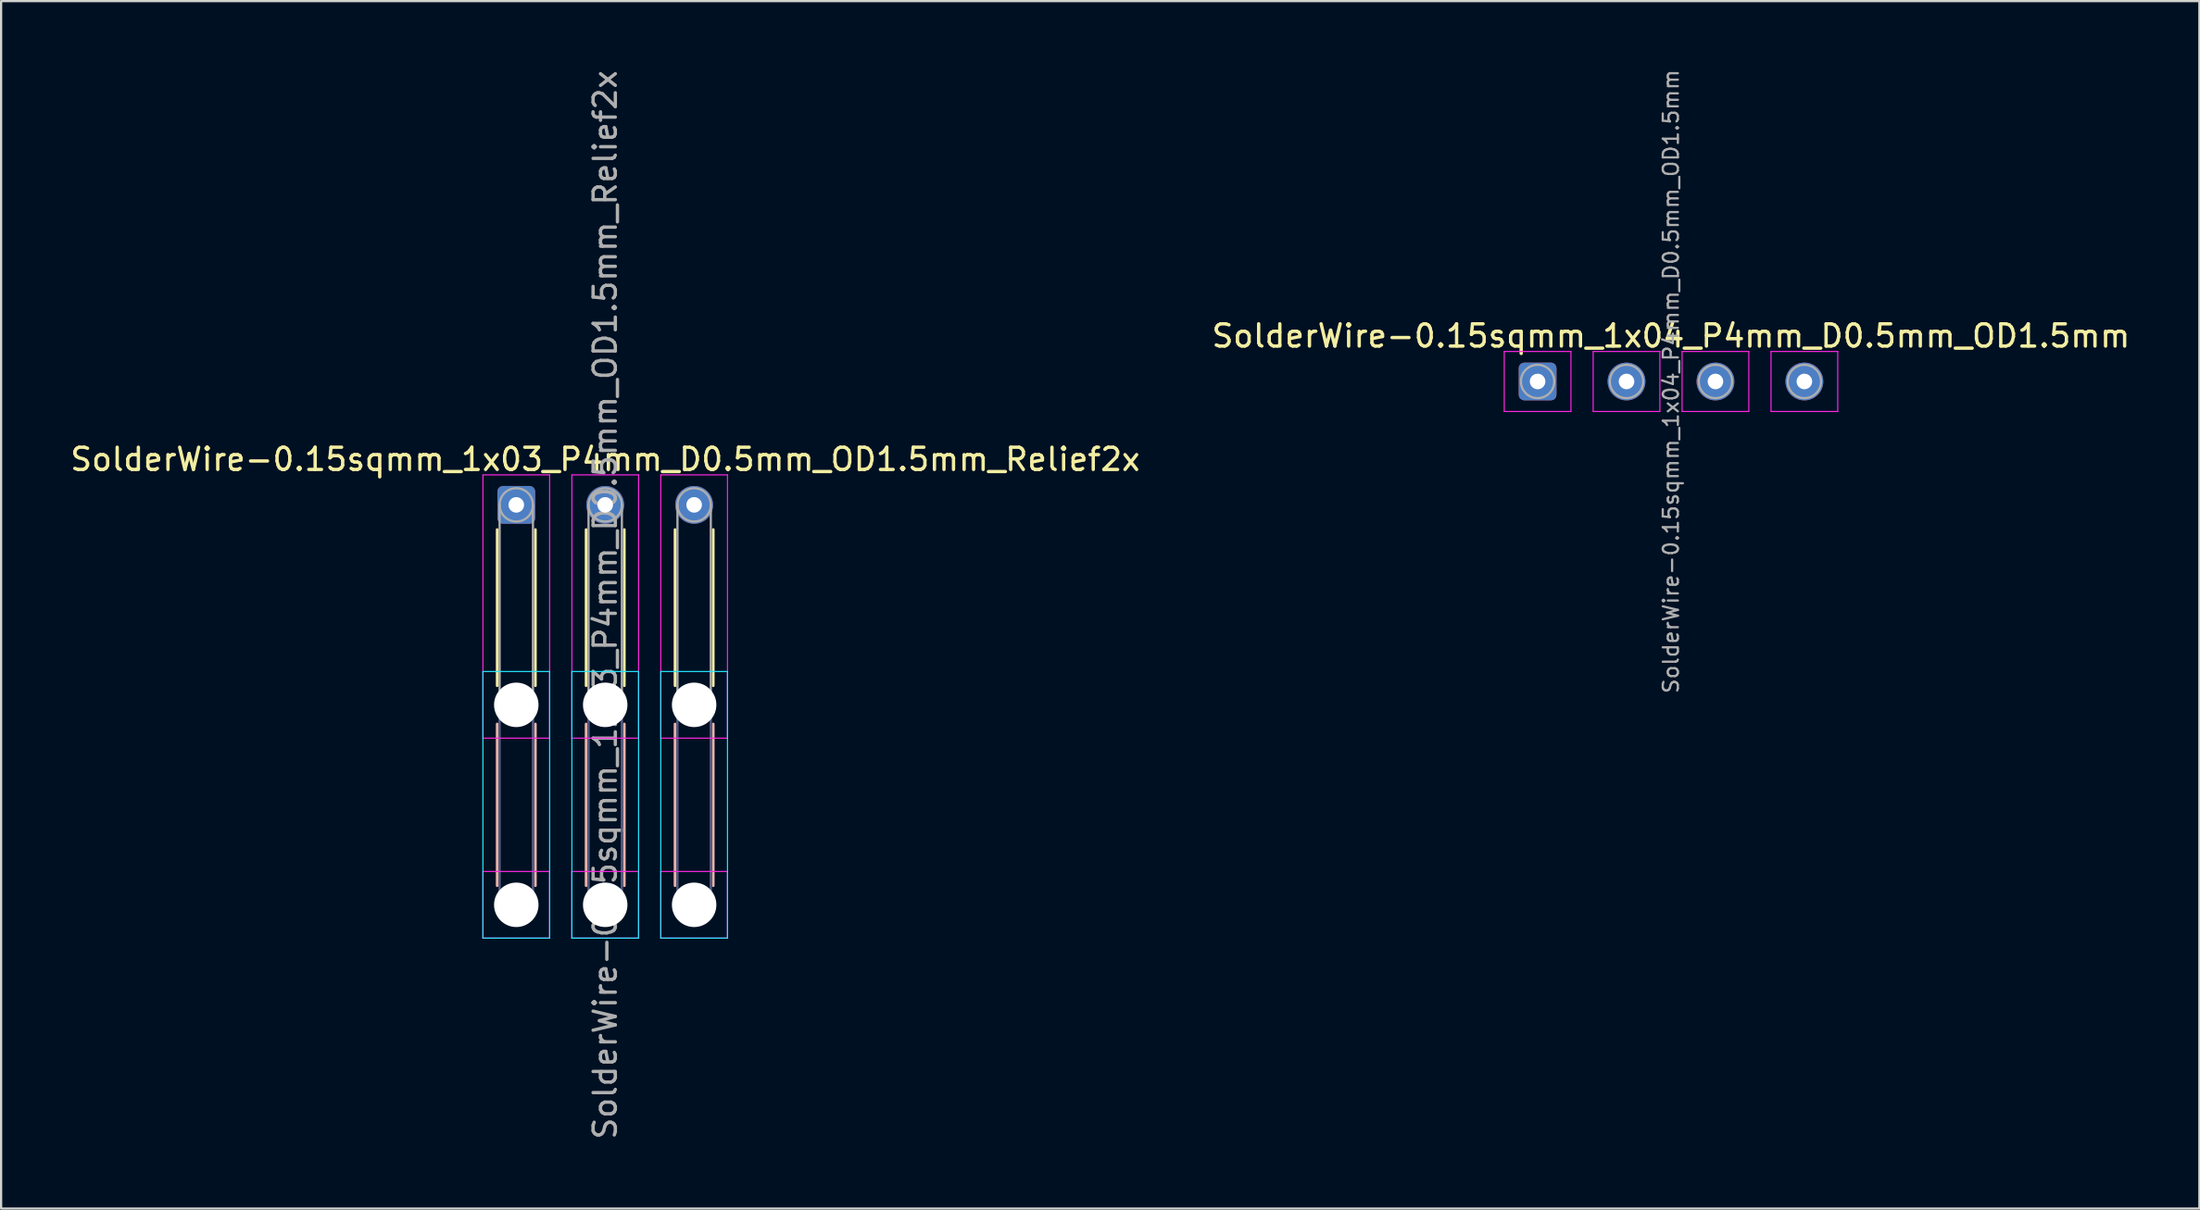
<source format=kicad_pcb>
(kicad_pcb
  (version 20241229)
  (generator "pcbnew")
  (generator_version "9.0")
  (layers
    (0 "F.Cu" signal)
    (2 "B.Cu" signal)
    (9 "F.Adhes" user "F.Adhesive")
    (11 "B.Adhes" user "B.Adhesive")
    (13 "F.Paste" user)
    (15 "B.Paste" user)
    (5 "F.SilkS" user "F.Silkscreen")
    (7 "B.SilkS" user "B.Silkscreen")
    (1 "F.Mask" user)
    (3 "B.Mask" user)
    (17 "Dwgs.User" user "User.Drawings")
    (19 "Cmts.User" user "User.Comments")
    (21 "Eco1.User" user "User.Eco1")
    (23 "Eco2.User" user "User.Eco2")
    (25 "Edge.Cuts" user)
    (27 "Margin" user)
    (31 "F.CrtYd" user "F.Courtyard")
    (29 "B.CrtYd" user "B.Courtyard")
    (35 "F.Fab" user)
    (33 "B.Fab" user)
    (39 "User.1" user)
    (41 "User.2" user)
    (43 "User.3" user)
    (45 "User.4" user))
  (footprint "SolderWire-0.15sqmm_1x03_P4mm_D0.5mm_OD1.5mm_Relief2x"
    (layer "F.Cu")
    (at 20.173 19.673)
    (property "Reference" "SolderWire-0.15sqmm_1x03_P4mm_D0.5mm_OD1.5mm_Relief2x" (at 4 -2.05 0) (layer "F.SilkS") (effects (font (size 1 1) (thickness 0.15))))
    (attr exclude_from_pos_files exclude_from_bom)
    (fp_line (start -0.86 1.11) (end -0.86 8.14) (stroke (width 0.12) (type solid)) (layer "F.SilkS"))
    (fp_line (start 0.86 1.11) (end 0.86 8.14) (stroke (width 0.12) (type solid)) (layer "F.SilkS"))
    (fp_line (start 3.14 1.11) (end 3.14 8.14) (stroke (width 0.12) (type solid)) (layer "F.SilkS"))
    (fp_line (start 4.86 1.11) (end 4.86 8.14) (stroke (width 0.12) (type solid)) (layer "F.SilkS"))
    (fp_line (start 7.14 1.11) (end 7.14 8.14) (stroke (width 0.12) (type solid)) (layer "F.SilkS"))
    (fp_line (start 8.86 1.11) (end 8.86 8.14) (stroke (width 0.12) (type solid)) (layer "F.SilkS"))
    (fp_line (start -0.86 9.86) (end -0.86 17.14) (stroke (width 0.12) (type solid)) (layer "B.SilkS"))
    (fp_line (start 0.86 9.86) (end 0.86 17.14) (stroke (width 0.12) (type solid)) (layer "B.SilkS"))
    (fp_line (start 3.14 9.86) (end 3.14 17.14) (stroke (width 0.12) (type solid)) (layer "B.SilkS"))
    (fp_line (start 4.86 9.86) (end 4.86 17.14) (stroke (width 0.12) (type solid)) (layer "B.SilkS"))
    (fp_line (start 7.14 9.86) (end 7.14 17.14) (stroke (width 0.12) (type solid)) (layer "B.SilkS"))
    (fp_line (start 8.86 9.86) (end 8.86 17.14) (stroke (width 0.12) (type solid)) (layer "B.SilkS"))
    (fp_line (start -1.5 7.5) (end -1.5 19.5) (stroke (width 0.05) (type solid)) (layer "B.CrtYd"))
    (fp_line (start -1.5 19.5) (end 1.5 19.5) (stroke (width 0.05) (type solid)) (layer "B.CrtYd"))
    (fp_line (start 1.5 7.5) (end -1.5 7.5) (stroke (width 0.05) (type solid)) (layer "B.CrtYd"))
    (fp_line (start 1.5 19.5) (end 1.5 7.5) (stroke (width 0.05) (type solid)) (layer "B.CrtYd"))
    (fp_line (start 2.5 7.5) (end 2.5 19.5) (stroke (width 0.05) (type solid)) (layer "B.CrtYd"))
    (fp_line (start 2.5 19.5) (end 5.5 19.5) (stroke (width 0.05) (type solid)) (layer "B.CrtYd"))
    (fp_line (start 5.5 7.5) (end 2.5 7.5) (stroke (width 0.05) (type solid)) (layer "B.CrtYd"))
    (fp_line (start 5.5 19.5) (end 5.5 7.5) (stroke (width 0.05) (type solid)) (layer "B.CrtYd"))
    (fp_line (start 6.5 7.5) (end 6.5 19.5) (stroke (width 0.05) (type solid)) (layer "B.CrtYd"))
    (fp_line (start 6.5 19.5) (end 9.5 19.5) (stroke (width 0.05) (type solid)) (layer "B.CrtYd"))
    (fp_line (start 9.5 7.5) (end 6.5 7.5) (stroke (width 0.05) (type solid)) (layer "B.CrtYd"))
    (fp_line (start 9.5 19.5) (end 9.5 7.5) (stroke (width 0.05) (type solid)) (layer "B.CrtYd"))
    (fp_line (start -1.5 -1.35) (end -1.5 10.5) (stroke (width 0.05) (type solid)) (layer "F.CrtYd"))
    (fp_line (start -1.5 10.5) (end 1.5 10.5) (stroke (width 0.05) (type solid)) (layer "F.CrtYd"))
    (fp_line (start -1.5 16.5) (end -1.5 19.5) (stroke (width 0.05) (type solid)) (layer "F.CrtYd"))
    (fp_line (start -1.5 19.5) (end 1.5 19.5) (stroke (width 0.05) (type solid)) (layer "F.CrtYd"))
    (fp_line (start 1.5 -1.35) (end -1.5 -1.35) (stroke (width 0.05) (type solid)) (layer "F.CrtYd"))
    (fp_line (start 1.5 10.5) (end 1.5 -1.35) (stroke (width 0.05) (type solid)) (layer "F.CrtYd"))
    (fp_line (start 1.5 16.5) (end -1.5 16.5) (stroke (width 0.05) (type solid)) (layer "F.CrtYd"))
    (fp_line (start 1.5 19.5) (end 1.5 16.5) (stroke (width 0.05) (type solid)) (layer "F.CrtYd"))
    (fp_line (start 2.5 -1.35) (end 2.5 10.5) (stroke (width 0.05) (type solid)) (layer "F.CrtYd"))
    (fp_line (start 2.5 10.5) (end 5.5 10.5) (stroke (width 0.05) (type solid)) (layer "F.CrtYd"))
    (fp_line (start 2.5 16.5) (end 2.5 19.5) (stroke (width 0.05) (type solid)) (layer "F.CrtYd"))
    (fp_line (start 2.5 19.5) (end 5.5 19.5) (stroke (width 0.05) (type solid)) (layer "F.CrtYd"))
    (fp_line (start 5.5 -1.35) (end 2.5 -1.35) (stroke (width 0.05) (type solid)) (layer "F.CrtYd"))
    (fp_line (start 5.5 10.5) (end 5.5 -1.35) (stroke (width 0.05) (type solid)) (layer "F.CrtYd"))
    (fp_line (start 5.5 16.5) (end 2.5 16.5) (stroke (width 0.05) (type solid)) (layer "F.CrtYd"))
    (fp_line (start 5.5 19.5) (end 5.5 16.5) (stroke (width 0.05) (type solid)) (layer "F.CrtYd"))
    (fp_line (start 6.5 -1.35) (end 6.5 10.5) (stroke (width 0.05) (type solid)) (layer "F.CrtYd"))
    (fp_line (start 6.5 10.5) (end 9.5 10.5) (stroke (width 0.05) (type solid)) (layer "F.CrtYd"))
    (fp_line (start 6.5 16.5) (end 6.5 19.5) (stroke (width 0.05) (type solid)) (layer "F.CrtYd"))
    (fp_line (start 6.5 19.5) (end 9.5 19.5) (stroke (width 0.05) (type solid)) (layer "F.CrtYd"))
    (fp_line (start 9.5 -1.35) (end 6.5 -1.35) (stroke (width 0.05) (type solid)) (layer "F.CrtYd"))
    (fp_line (start 9.5 10.5) (end 9.5 -1.35) (stroke (width 0.05) (type solid)) (layer "F.CrtYd"))
    (fp_line (start 9.5 16.5) (end 6.5 16.5) (stroke (width 0.05) (type solid)) (layer "F.CrtYd"))
    (fp_line (start 9.5 19.5) (end 9.5 16.5) (stroke (width 0.05) (type solid)) (layer "F.CrtYd"))
    (fp_line (start -0.75 9) (end -0.75 18) (stroke (width 0.1) (type solid)) (layer "B.Fab"))
    (fp_line (start 0.75 9) (end 0.75 18) (stroke (width 0.1) (type solid)) (layer "B.Fab"))
    (fp_line (start 3.25 9) (end 3.25 18) (stroke (width 0.1) (type solid)) (layer "B.Fab"))
    (fp_line (start 4.75 9) (end 4.75 18) (stroke (width 0.1) (type solid)) (layer "B.Fab"))
    (fp_line (start 7.25 9) (end 7.25 18) (stroke (width 0.1) (type solid)) (layer "B.Fab"))
    (fp_line (start 8.75 9) (end 8.75 18) (stroke (width 0.1) (type solid)) (layer "B.Fab"))
    (fp_circle (center 0 9) (end 0.75 9) (stroke (width 0.1) (type solid)) (fill no) (layer "B.Fab"))
    (fp_circle (center 0 18) (end 0.75 18) (stroke (width 0.1) (type solid)) (fill no) (layer "B.Fab"))
    (fp_circle (center 4 9) (end 4.75 9) (stroke (width 0.1) (type solid)) (fill no) (layer "B.Fab"))
    (fp_circle (center 4 18) (end 4.75 18) (stroke (width 0.1) (type solid)) (fill no) (layer "B.Fab"))
    (fp_circle (center 8 9) (end 8.75 9) (stroke (width 0.1) (type solid)) (fill no) (layer "B.Fab"))
    (fp_circle (center 8 18) (end 8.75 18) (stroke (width 0.1) (type solid)) (fill no) (layer "B.Fab"))
    (fp_line (start -0.75 0) (end -0.75 9) (stroke (width 0.1) (type solid)) (layer "F.Fab"))
    (fp_line (start 0.75 0) (end 0.75 9) (stroke (width 0.1) (type solid)) (layer "F.Fab"))
    (fp_line (start 3.25 0) (end 3.25 9) (stroke (width 0.1) (type solid)) (layer "F.Fab"))
    (fp_line (start 4.75 0) (end 4.75 9) (stroke (width 0.1) (type solid)) (layer "F.Fab"))
    (fp_line (start 7.25 0) (end 7.25 9) (stroke (width 0.1) (type solid)) (layer "F.Fab"))
    (fp_line (start 8.75 0) (end 8.75 9) (stroke (width 0.1) (type solid)) (layer "F.Fab"))
    (fp_circle (center 0 0) (end 0.75 0) (stroke (width 0.1) (type solid)) (fill no) (layer "F.Fab"))
    (fp_circle (center 0 9) (end 0.75 9) (stroke (width 0.1) (type solid)) (fill no) (layer "F.Fab"))
    (fp_circle (center 0 18) (end 0.75 18) (stroke (width 0.1) (type solid)) (fill no) (layer "F.Fab"))
    (fp_circle (center 4 0) (end 4.75 0) (stroke (width 0.1) (type solid)) (fill no) (layer "F.Fab"))
    (fp_circle (center 4 9) (end 4.75 9) (stroke (width 0.1) (type solid)) (fill no) (layer "F.Fab"))
    (fp_circle (center 4 18) (end 4.75 18) (stroke (width 0.1) (type solid)) (fill no) (layer "F.Fab"))
    (fp_circle (center 8 0) (end 8.75 0) (stroke (width 0.1) (type solid)) (fill no) (layer "F.Fab"))
    (fp_circle (center 8 9) (end 8.75 9) (stroke (width 0.1) (type solid)) (fill no) (layer "F.Fab"))
    (fp_circle (center 8 18) (end 8.75 18) (stroke (width 0.1) (type solid)) (fill no) (layer "F.Fab"))
    (fp_text user "${REFERENCE}" (at 4 4.5 90) (layer "F.Fab") (effects (font (size 1 1) (thickness 0.15))))
    (pad "" np_thru_hole circle (at 0 9) (size 2 2) (drill 2) (layers "*.Cu" "*.Mask"))
    (pad "" np_thru_hole circle (at 0 18) (size 2 2) (drill 2) (layers "*.Cu" "*.Mask"))
    (pad "" np_thru_hole circle (at 4 9) (size 2 2) (drill 2) (layers "*.Cu" "*.Mask"))
    (pad "" np_thru_hole circle (at 4 18) (size 2 2) (drill 2) (layers "*.Cu" "*.Mask"))
    (pad "" np_thru_hole circle (at 8 9) (size 2 2) (drill 2) (layers "*.Cu" "*.Mask"))
    (pad "" np_thru_hole circle (at 8 18) (size 2 2) (drill 2) (layers "*.Cu" "*.Mask"))
    (pad "1" thru_hole roundrect (at 0 0) (size 1.7 1.7) (drill 0.7) (layers "*.Cu" "*.Mask") (roundrect_rratio 0.147))
    (pad "2" thru_hole circle (at 4 0) (size 1.7 1.7) (drill 0.7) (layers "*.Cu" "*.Mask"))
    (pad "3" thru_hole circle (at 8 0) (size 1.7 1.7) (drill 0.7) (layers "*.Cu" "*.Mask")))
  (footprint "SolderWire-0.15sqmm_1x04_P4mm_D0.5mm_OD1.5mm"
    (layer "F.Cu")
    (at 66.113 14.119)
    (property "Reference" "SolderWire-0.15sqmm_1x04_P4mm_D0.5mm_OD1.5mm" (at 6 -2.05 0) (layer "F.SilkS") (effects (font (size 1 1) (thickness 0.15))))
    (attr exclude_from_pos_files exclude_from_bom)
    (fp_line (start -1.5 -1.35) (end -1.5 1.35) (stroke (width 0.05) (type solid)) (layer "F.CrtYd"))
    (fp_line (start -1.5 1.35) (end 1.5 1.35) (stroke (width 0.05) (type solid)) (layer "F.CrtYd"))
    (fp_line (start 1.5 -1.35) (end -1.5 -1.35) (stroke (width 0.05) (type solid)) (layer "F.CrtYd"))
    (fp_line (start 1.5 1.35) (end 1.5 -1.35) (stroke (width 0.05) (type solid)) (layer "F.CrtYd"))
    (fp_line (start 2.5 -1.35) (end 2.5 1.35) (stroke (width 0.05) (type solid)) (layer "F.CrtYd"))
    (fp_line (start 2.5 1.35) (end 5.5 1.35) (stroke (width 0.05) (type solid)) (layer "F.CrtYd"))
    (fp_line (start 5.5 -1.35) (end 2.5 -1.35) (stroke (width 0.05) (type solid)) (layer "F.CrtYd"))
    (fp_line (start 5.5 1.35) (end 5.5 -1.35) (stroke (width 0.05) (type solid)) (layer "F.CrtYd"))
    (fp_line (start 6.5 -1.35) (end 6.5 1.35) (stroke (width 0.05) (type solid)) (layer "F.CrtYd"))
    (fp_line (start 6.5 1.35) (end 9.5 1.35) (stroke (width 0.05) (type solid)) (layer "F.CrtYd"))
    (fp_line (start 9.5 -1.35) (end 6.5 -1.35) (stroke (width 0.05) (type solid)) (layer "F.CrtYd"))
    (fp_line (start 9.5 1.35) (end 9.5 -1.35) (stroke (width 0.05) (type solid)) (layer "F.CrtYd"))
    (fp_line (start 10.5 -1.35) (end 10.5 1.35) (stroke (width 0.05) (type solid)) (layer "F.CrtYd"))
    (fp_line (start 10.5 1.35) (end 13.5 1.35) (stroke (width 0.05) (type solid)) (layer "F.CrtYd"))
    (fp_line (start 13.5 -1.35) (end 10.5 -1.35) (stroke (width 0.05) (type solid)) (layer "F.CrtYd"))
    (fp_line (start 13.5 1.35) (end 13.5 -1.35) (stroke (width 0.05) (type solid)) (layer "F.CrtYd"))
    (fp_circle (center 0 0) (end 0.75 0) (stroke (width 0.1) (type solid)) (fill no) (layer "F.Fab"))
    (fp_circle (center 4 0) (end 4.75 0) (stroke (width 0.1) (type solid)) (fill no) (layer "F.Fab"))
    (fp_circle (center 8 0) (end 8.75 0) (stroke (width 0.1) (type solid)) (fill no) (layer "F.Fab"))
    (fp_circle (center 12 0) (end 12.75 0) (stroke (width 0.1) (type solid)) (fill no) (layer "F.Fab"))
    (fp_text user "${REFERENCE}" (at 6 0 90) (layer "F.Fab") (effects (font (size 0.68 0.68) (thickness 0.1))))
    (pad "1" thru_hole roundrect (at 0 0) (size 1.7 1.7) (drill 0.7) (layers "*.Cu" "*.Mask") (roundrect_rratio 0.147))
    (pad "2" thru_hole circle (at 4 0) (size 1.7 1.7) (drill 0.7) (layers "*.Cu" "*.Mask"))
    (pad "3" thru_hole circle (at 8 0) (size 1.7 1.7) (drill 0.7) (layers "*.Cu" "*.Mask"))
    (pad "4" thru_hole circle (at 12 0) (size 1.7 1.7) (drill 0.7) (layers "*.Cu" "*.Mask")))
  (gr_rect
    (start -3 -3)
    (end 95.881 51.345)
    (stroke (width 0.1) (type default))
    (fill no)
    (layer "Edge.Cuts")))
</source>
